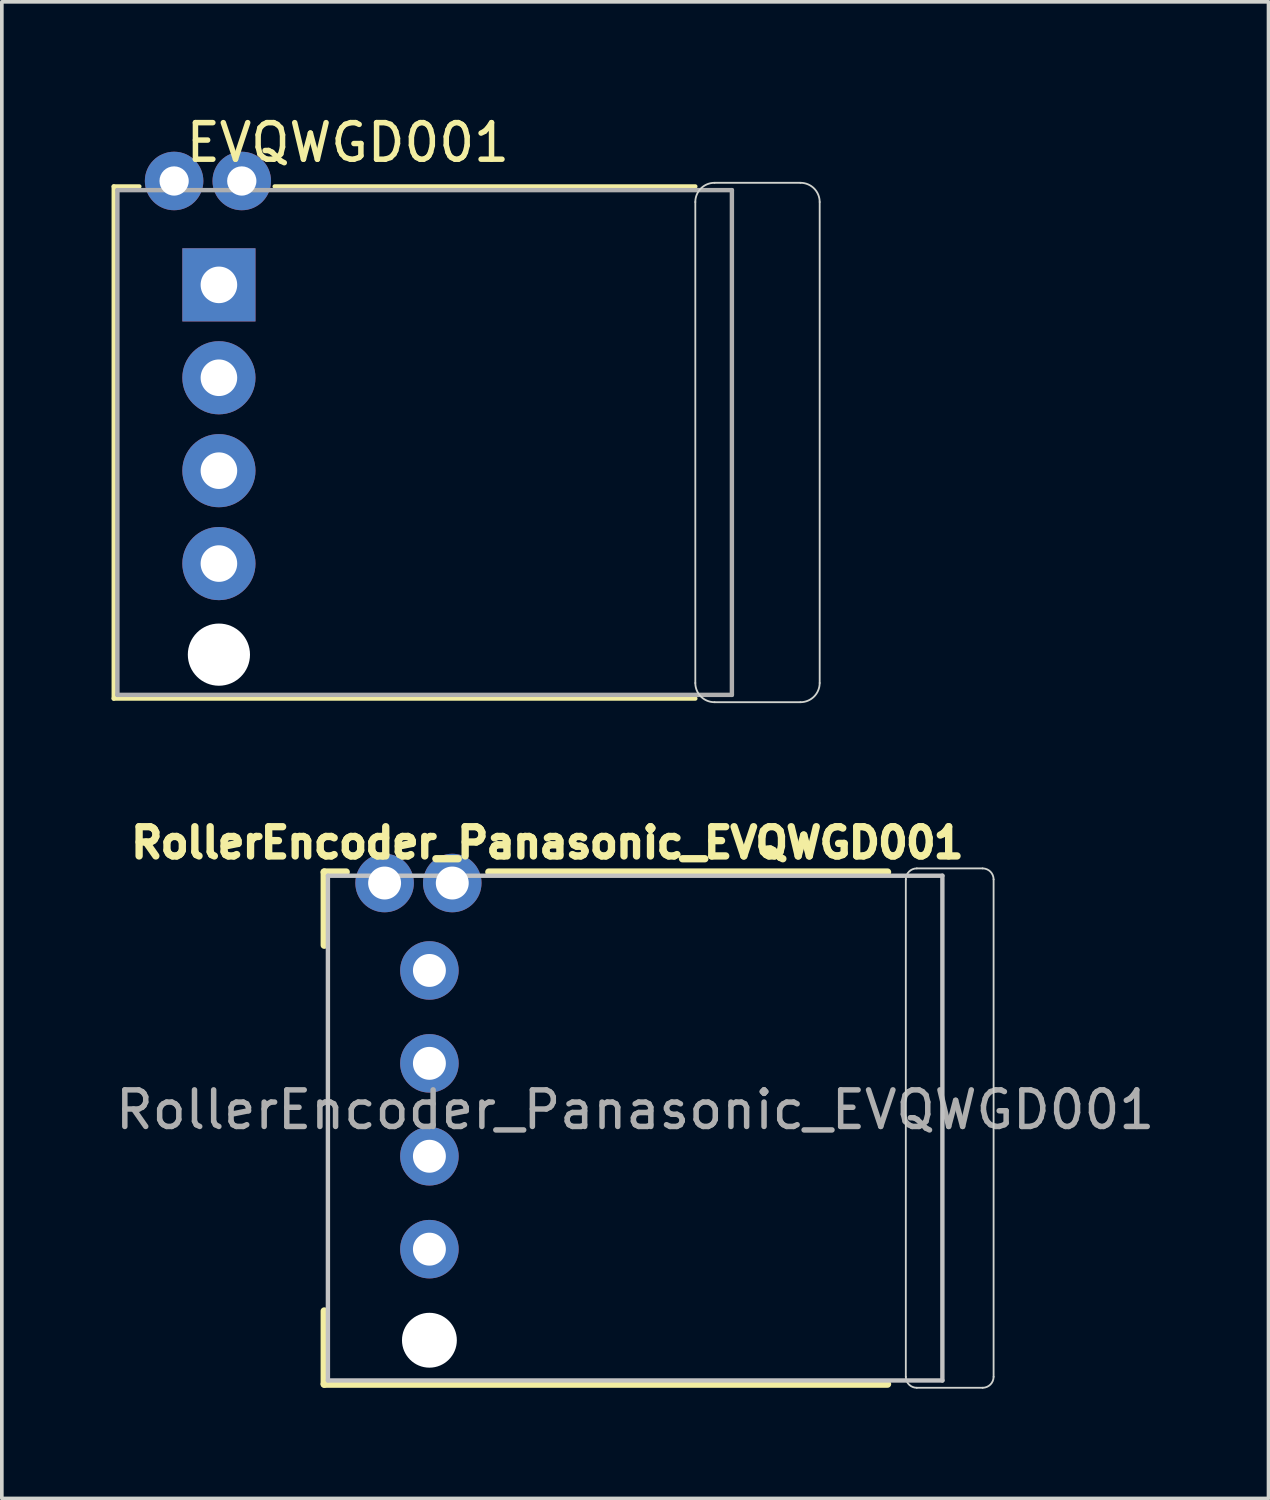
<source format=kicad_pcb>
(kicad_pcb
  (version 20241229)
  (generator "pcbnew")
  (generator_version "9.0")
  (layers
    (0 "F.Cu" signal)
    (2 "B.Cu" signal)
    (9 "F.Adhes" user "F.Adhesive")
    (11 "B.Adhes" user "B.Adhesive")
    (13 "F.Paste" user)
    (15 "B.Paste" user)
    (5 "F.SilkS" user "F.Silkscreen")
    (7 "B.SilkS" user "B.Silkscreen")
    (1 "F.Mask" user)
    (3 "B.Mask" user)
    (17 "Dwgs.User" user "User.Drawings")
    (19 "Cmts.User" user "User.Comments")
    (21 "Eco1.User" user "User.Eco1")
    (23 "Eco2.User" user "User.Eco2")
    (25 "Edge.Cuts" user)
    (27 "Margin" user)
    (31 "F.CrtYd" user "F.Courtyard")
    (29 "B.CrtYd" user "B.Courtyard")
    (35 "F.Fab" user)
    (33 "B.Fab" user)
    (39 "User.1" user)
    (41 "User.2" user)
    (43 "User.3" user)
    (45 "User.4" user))
  (footprint "EVQWGD001"
    (layer "F.Cu")
    (at 9.06 11.748)
    (property "Reference" "EVQWGD001" (at -2.6 -10.9 0) (layer "F.SilkS") (effects (font (size 1 1) (thickness 0.15))))
    (attr through_hole)
    (fp_line (start -9 -9.7) (end -8.3 -9.7) (stroke (width 0.12) (type solid)) (layer "F.SilkS"))
    (fp_line (start -9 4.3) (end -9 -9.7) (stroke (width 0.12) (type solid)) (layer "F.SilkS"))
    (fp_line (start -4.6 -9.7) (end 6.9 -9.7) (stroke (width 0.12) (type solid)) (layer "F.SilkS"))
    (fp_line (start 6.9 4.3) (end -9 4.3) (stroke (width 0.12) (type solid)) (layer "F.SilkS"))
    (fp_line (start 6.9 -9.275) (end 6.9 3.875) (stroke (width 0.05) (type solid)) (layer "Edge.Cuts"))
    (fp_line (start 7.425 4.4) (end 9.775 4.4) (stroke (width 0.05) (type solid)) (layer "Edge.Cuts"))
    (fp_line (start 9.775 -9.8) (end 7.425 -9.8) (stroke (width 0.05) (type solid)) (layer "Edge.Cuts"))
    (fp_line (start 10.3 3.875) (end 10.3 -9.275) (stroke (width 0.05) (type solid)) (layer "Edge.Cuts"))
    (fp_arc (start 6.9 -9.275) (mid 7.053769 -9.646231) (end 7.425 -9.8) (stroke (width 0.05) (type solid)) (layer "Edge.Cuts"))
    (fp_arc (start 7.425 4.4) (mid 7.053769 4.246231) (end 6.9 3.875) (stroke (width 0.05) (type solid)) (layer "Edge.Cuts"))
    (fp_arc (start 9.775 -9.8) (mid 10.146231 -9.646231) (end 10.3 -9.275) (stroke (width 0.05) (type solid)) (layer "Edge.Cuts"))
    (fp_arc (start 10.3 3.875) (mid 10.146231 4.246231) (end 9.775 4.4) (stroke (width 0.05) (type solid)) (layer "Edge.Cuts"))
    (fp_line (start -8.9 -9.6) (end 7.9 -9.6) (stroke (width 0.12) (type solid)) (layer "F.Fab"))
    (fp_line (start -8.9 4.2) (end -8.9 -9.6) (stroke (width 0.12) (type solid)) (layer "F.Fab"))
    (fp_line (start 7.9 -9.6) (end 7.9 4.2) (stroke (width 0.12) (type solid)) (layer "F.Fab"))
    (fp_line (start 7.9 4.2) (end -8.9 4.2) (stroke (width 0.12) (type solid)) (layer "F.Fab"))
    (pad "" np_thru_hole circle (at -6.125 3.1) (size 1.7 1.7) (drill 1.7) (layers "*.Cu" "*.Mask"))
    (pad "A" thru_hole rect (at -6.125 -7.01) (size 2 2) (drill 1) (layers "*.Cu" "*.Mask"))
    (pad "B" thru_hole circle (at -6.125 -4.47) (size 2 2) (drill 1) (layers "*.Cu" "*.Mask"))
    (pad "C" thru_hole circle (at -6.125 -1.93) (size 2 2) (drill 1) (layers "*.Cu" "*.Mask"))
    (pad "D" thru_hole circle (at -6.125 0.61) (size 2 2) (drill 1) (layers "*.Cu" "*.Mask"))
    (pad "S1" thru_hole circle (at -7.35 -9.85) (size 1.6 1.6) (drill 0.8) (layers "*.Cu" "*.Mask"))
    (pad "S2" thru_hole circle (at -5.5 -9.85) (size 1.6 1.6) (drill 0.8) (layers "*.Cu" "*.Mask")))
  (footprint "RollerEncoder_Panasonic_EVQWGD001"
    (layer "F.Cu")
    (at 14.315 27.292)
    (property "Reference" "RollerEncoder_Panasonic_EVQWGD001" (at 0 0 0) (layer "F.Fab") (effects (font (size 1 1) (thickness 0.15))))
    (attr through_hole)
    (fp_line (start -8.5 -6.5) (end -8.5 -4.5) (stroke (width 0.2) (type solid)) (layer "F.SilkS"))
    (fp_line (start -8.5 5.5) (end -8.5 7.5) (stroke (width 0.2) (type solid)) (layer "F.SilkS"))
    (fp_line (start -8.5 7.5) (end 6.9 7.5) (stroke (width 0.2) (type solid)) (layer "F.SilkS"))
    (fp_line (start -7.9 -6.5) (end -8.5 -6.5) (stroke (width 0.2) (type solid)) (layer "F.SilkS"))
    (fp_line (start 6.9 -6.5) (end -4 -6.5) (stroke (width 0.2) (type solid)) (layer "F.SilkS"))
    (fp_line (start -8.4 -6.4) (end 8.4 -6.4) (stroke (width 0.12) (type solid)) (layer "Dwgs.User"))
    (fp_line (start -8.4 7.4) (end -8.4 -6.4) (stroke (width 0.12) (type solid)) (layer "Dwgs.User"))
    (fp_line (start 8.4 -6.4) (end 8.4 7.4) (stroke (width 0.12) (type solid)) (layer "Dwgs.User"))
    (fp_line (start 8.4 7.4) (end -8.4 7.4) (stroke (width 0.12) (type solid)) (layer "Dwgs.User"))
    (fp_line (start 7.4 -6.3) (end 7.4 7.3) (stroke (width 0.05) (type solid)) (layer "Edge.Cuts"))
    (fp_line (start 7.7 7.6) (end 9.5 7.6) (stroke (width 0.05) (type solid)) (layer "Edge.Cuts"))
    (fp_line (start 9.5 -6.6) (end 7.7 -6.6) (stroke (width 0.05) (type solid)) (layer "Edge.Cuts"))
    (fp_line (start 9.8 7.3) (end 9.8 -6.3) (stroke (width 0.05) (type solid)) (layer "Edge.Cuts"))
    (fp_arc (start 7.4 -6.3) (mid 7.487868 -6.512132) (end 7.7 -6.6) (stroke (width 0.05) (type solid)) (layer "Edge.Cuts"))
    (fp_arc (start 7.7 7.6) (mid 7.487868 7.512132) (end 7.4 7.3) (stroke (width 0.05) (type solid)) (layer "Edge.Cuts"))
    (fp_arc (start 9.5 -6.6) (mid 9.712132 -6.512132) (end 9.8 -6.3) (stroke (width 0.05) (type solid)) (layer "Edge.Cuts"))
    (fp_arc (start 9.8 7.3) (mid 9.712132 7.512132) (end 9.5 7.6) (stroke (width 0.05) (type solid)) (layer "Edge.Cuts"))
    (fp_text user "${REFERENCE}" (at -2.4 -7.3 0) (layer "F.SilkS") (effects (font (size 0.8 0.8) (thickness 0.2))))
    (pad "" np_thru_hole circle (at -5.625 6.3) (size 1.5 1.5) (drill 1.5) (layers "*.Cu" "*.Mask"))
    (pad "A" thru_hole circle (at -5.625 -3.81) (size 1.6 1.6) (drill 0.9) (layers "*.Cu" "*.Mask"))
    (pad "B" thru_hole circle (at -5.625 -1.27) (size 1.6 1.6) (drill 0.9) (layers "*.Cu" "*.Mask"))
    (pad "C" thru_hole circle (at -5.625 1.27) (size 1.6 1.6) (drill 0.9) (layers "*.Cu" "*.Mask"))
    (pad "D" thru_hole circle (at -5.625 3.81) (size 1.6 1.6) (drill 0.9) (layers "*.Cu" "*.Mask"))
    (pad "S1" thru_hole circle (at -6.85 -6.2) (size 1.6 1.6) (drill 0.9) (layers "*.Cu" "*.Mask"))
    (pad "S2" thru_hole circle (at -5 -6.2) (size 1.6 1.6) (drill 0.9) (layers "*.Cu" "*.Mask")))
  (gr_rect
    (start -3 -3)
    (end 31.631 37.917)
    (stroke (width 0.1) (type default))
    (fill no)
    (layer "Edge.Cuts")))
</source>
